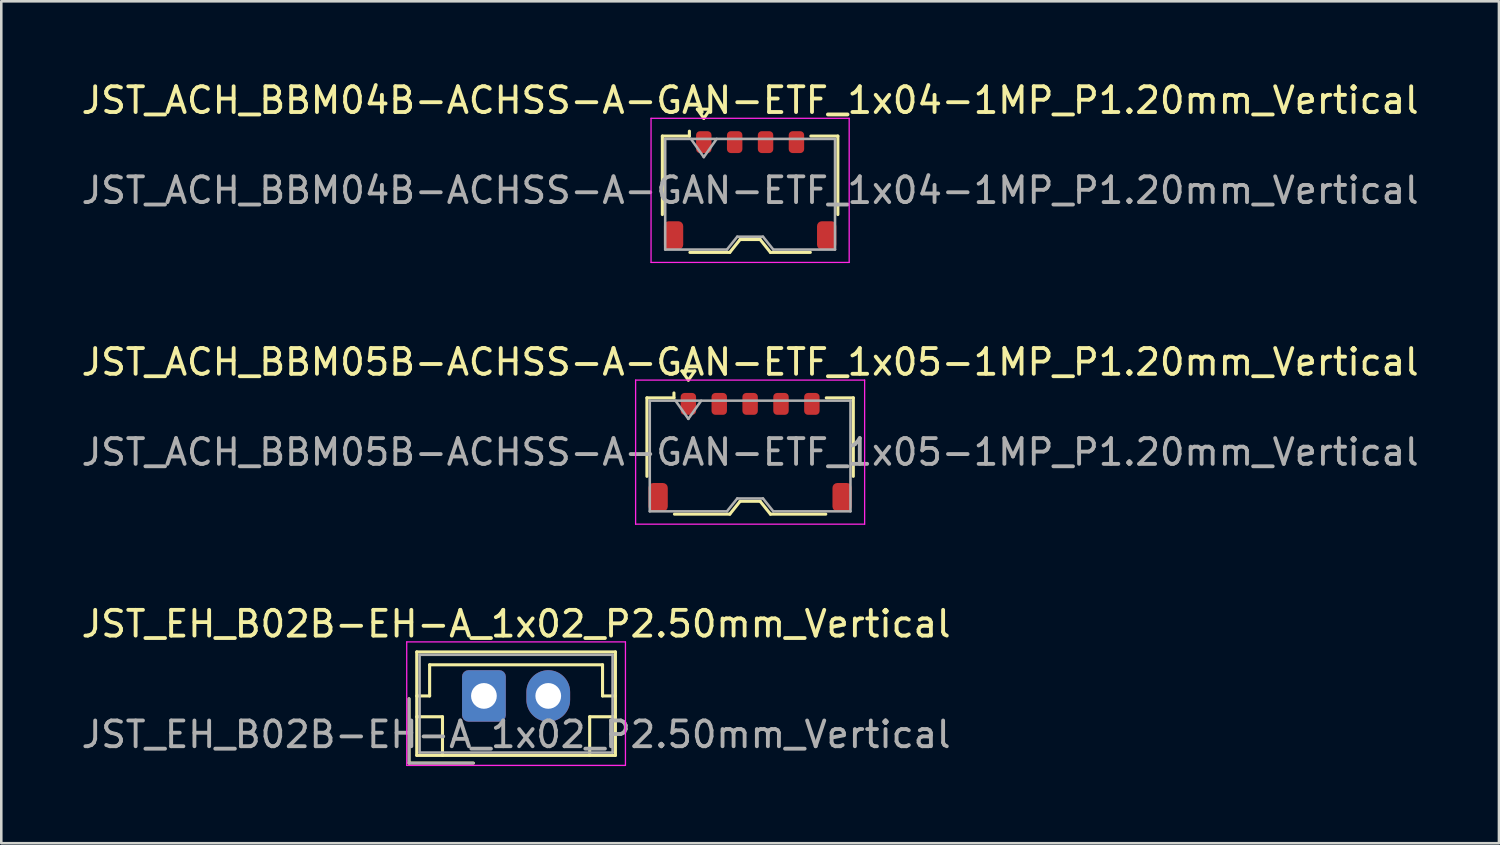
<source format=kicad_pcb>
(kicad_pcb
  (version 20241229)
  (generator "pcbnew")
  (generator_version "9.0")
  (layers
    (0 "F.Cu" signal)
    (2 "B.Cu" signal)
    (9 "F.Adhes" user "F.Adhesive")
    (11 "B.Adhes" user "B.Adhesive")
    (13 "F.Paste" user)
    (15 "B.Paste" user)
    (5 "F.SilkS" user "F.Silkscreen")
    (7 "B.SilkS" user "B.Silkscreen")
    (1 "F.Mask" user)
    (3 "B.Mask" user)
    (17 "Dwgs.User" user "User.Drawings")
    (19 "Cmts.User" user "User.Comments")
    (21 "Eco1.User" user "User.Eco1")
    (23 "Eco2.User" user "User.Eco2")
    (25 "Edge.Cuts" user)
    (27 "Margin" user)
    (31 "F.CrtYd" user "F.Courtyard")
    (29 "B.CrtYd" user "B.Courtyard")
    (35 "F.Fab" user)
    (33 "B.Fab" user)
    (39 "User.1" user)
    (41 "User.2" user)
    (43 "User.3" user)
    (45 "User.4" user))
  (footprint "JST_ACH_BBM05B-ACHSS-A-GAN-ETF_1x05-1MP_P1.20mm_Vertical"
    (layer "F.Cu")
    (at 26.101 14.521)
    (property "Reference" "JST_ACH_BBM05B-ACHSS-A-GAN-ETF_1x05-1MP_P1.20mm_Vertical" (at 0 -3.5 0) (layer "F.SilkS") (effects (font (size 1 1) (thickness 0.15))))
    (attr smd)
    (fp_line (start -4.01 -2.11) (end -2.96 -2.11) (stroke (width 0.12) (type solid)) (layer "F.SilkS"))
    (fp_line (start -4.01 0.94) (end -4.01 -2.11) (stroke (width 0.12) (type solid)) (layer "F.SilkS"))
    (fp_line (start -2.96 -2.11) (end -2.96 -2.3) (stroke (width 0.12) (type solid)) (layer "F.SilkS"))
    (fp_line (start -2.94 2.41) (end -0.79 2.41) (stroke (width 0.12) (type solid)) (layer "F.SilkS"))
    (fp_line (start -2.65 -3.154) (end -2.4 -2.8) (stroke (width 0.12) (type solid)) (layer "F.SilkS"))
    (fp_line (start -2.4 -2.8) (end -2.15 -3.154) (stroke (width 0.12) (type solid)) (layer "F.SilkS"))
    (fp_line (start -2.15 -3.154) (end -2.65 -3.154) (stroke (width 0.12) (type solid)) (layer "F.SilkS"))
    (fp_line (start -0.79 2.41) (end -0.39 1.91) (stroke (width 0.12) (type solid)) (layer "F.SilkS"))
    (fp_line (start -0.39 1.91) (end 0.39 1.91) (stroke (width 0.12) (type solid)) (layer "F.SilkS"))
    (fp_line (start 0.39 1.91) (end 0.79 2.41) (stroke (width 0.12) (type solid)) (layer "F.SilkS"))
    (fp_line (start 0.79 2.41) (end 2.94 2.41) (stroke (width 0.12) (type solid)) (layer "F.SilkS"))
    (fp_line (start 4.01 -2.11) (end 2.96 -2.11) (stroke (width 0.12) (type solid)) (layer "F.SilkS"))
    (fp_line (start 4.01 0.94) (end 4.01 -2.11) (stroke (width 0.12) (type solid)) (layer "F.SilkS"))
    (fp_line (start -4.45 -2.8) (end -4.45 2.8) (stroke (width 0.05) (type solid)) (layer "F.CrtYd"))
    (fp_line (start -4.45 2.8) (end 4.45 2.8) (stroke (width 0.05) (type solid)) (layer "F.CrtYd"))
    (fp_line (start 4.45 -2.8) (end -4.45 -2.8) (stroke (width 0.05) (type solid)) (layer "F.CrtYd"))
    (fp_line (start 4.45 2.8) (end 4.45 -2.8) (stroke (width 0.05) (type solid)) (layer "F.CrtYd"))
    (fp_line (start -3.9 -2) (end -3.9 2.3) (stroke (width 0.1) (type solid)) (layer "F.Fab"))
    (fp_line (start -3.9 -2) (end 3.9 -2) (stroke (width 0.1) (type solid)) (layer "F.Fab"))
    (fp_line (start -3.9 2.3) (end -0.9 2.3) (stroke (width 0.1) (type solid)) (layer "F.Fab"))
    (fp_line (start -2.9 -2) (end -2.4 -1.293) (stroke (width 0.1) (type solid)) (layer "F.Fab"))
    (fp_line (start -2.4 -1.293) (end -1.9 -2) (stroke (width 0.1) (type solid)) (layer "F.Fab"))
    (fp_line (start -0.9 2.3) (end -0.5 1.8) (stroke (width 0.1) (type solid)) (layer "F.Fab"))
    (fp_line (start -0.5 1.8) (end 0.5 1.8) (stroke (width 0.1) (type solid)) (layer "F.Fab"))
    (fp_line (start 0.5 1.8) (end 0.9 2.3) (stroke (width 0.1) (type solid)) (layer "F.Fab"))
    (fp_line (start 0.9 2.3) (end 3.9 2.3) (stroke (width 0.1) (type solid)) (layer "F.Fab"))
    (fp_line (start 3.9 -2) (end 3.9 2.3) (stroke (width 0.1) (type solid)) (layer "F.Fab"))
    (fp_text user "${REFERENCE}" (at 0 0 0) (layer "F.Fab") (effects (font (size 1 1) (thickness 0.15))))
    (pad "1" smd roundrect (at -2.4 -1.875) (size 0.6 0.85) (layers "F.Cu" "F.Mask" "F.Paste") (roundrect_rratio 0.25))
    (pad "2" smd roundrect (at -1.2 -1.875) (size 0.6 0.85) (layers "F.Cu" "F.Mask" "F.Paste") (roundrect_rratio 0.25))
    (pad "3" smd roundrect (at 0 -1.875) (size 0.6 0.85) (layers "F.Cu" "F.Mask" "F.Paste") (roundrect_rratio 0.25))
    (pad "4" smd roundrect (at 1.2 -1.875) (size 0.6 0.85) (layers "F.Cu" "F.Mask" "F.Paste") (roundrect_rratio 0.25))
    (pad "5" smd roundrect (at 2.4 -1.875) (size 0.6 0.85) (layers "F.Cu" "F.Mask" "F.Paste") (roundrect_rratio 0.25))
    (pad "MP" smd roundrect (at -3.575 1.75) (size 0.75 1.1) (layers "F.Cu" "F.Mask" "F.Paste") (roundrect_rratio 0.25))
    (pad "MP" smd roundrect (at 3.575 1.75) (size 0.75 1.1) (layers "F.Cu" "F.Mask" "F.Paste") (roundrect_rratio 0.25)))
  (footprint "JST_EH_B02B-EH-A_1x02_P2.50mm_Vertical"
    (layer "F.Cu")
    (at 15.756 23.995)
    (property "Reference" "JST_EH_B02B-EH-A_1x02_P2.50mm_Vertical" (at 1.25 -2.8 0) (layer "F.SilkS") (effects (font (size 1 1) (thickness 0.15))))
    (attr through_hole)
    (fp_line (start -2.91 0.11) (end -2.91 2.61) (stroke (width 0.12) (type solid)) (layer "F.SilkS"))
    (fp_line (start -2.91 2.61) (end -0.41 2.61) (stroke (width 0.12) (type solid)) (layer "F.SilkS"))
    (fp_line (start -2.61 -1.71) (end -2.61 2.31) (stroke (width 0.12) (type solid)) (layer "F.SilkS"))
    (fp_line (start -2.61 0) (end -2.11 0) (stroke (width 0.12) (type solid)) (layer "F.SilkS"))
    (fp_line (start -2.61 0.81) (end -1.61 0.81) (stroke (width 0.12) (type solid)) (layer "F.SilkS"))
    (fp_line (start -2.61 2.31) (end 5.11 2.31) (stroke (width 0.12) (type solid)) (layer "F.SilkS"))
    (fp_line (start -2.11 -1.21) (end 4.61 -1.21) (stroke (width 0.12) (type solid)) (layer "F.SilkS"))
    (fp_line (start -2.11 0) (end -2.11 -1.21) (stroke (width 0.12) (type solid)) (layer "F.SilkS"))
    (fp_line (start -1.61 0.81) (end -1.61 2.31) (stroke (width 0.12) (type solid)) (layer "F.SilkS"))
    (fp_line (start 4.11 0.81) (end 4.11 2.31) (stroke (width 0.12) (type solid)) (layer "F.SilkS"))
    (fp_line (start 4.61 -1.21) (end 4.61 0) (stroke (width 0.12) (type solid)) (layer "F.SilkS"))
    (fp_line (start 4.61 0) (end 5.11 0) (stroke (width 0.12) (type solid)) (layer "F.SilkS"))
    (fp_line (start 5.11 -1.71) (end -2.61 -1.71) (stroke (width 0.12) (type solid)) (layer "F.SilkS"))
    (fp_line (start 5.11 0.81) (end 4.11 0.81) (stroke (width 0.12) (type solid)) (layer "F.SilkS"))
    (fp_line (start 5.11 2.31) (end 5.11 -1.71) (stroke (width 0.12) (type solid)) (layer "F.SilkS"))
    (fp_line (start -3 -2.1) (end -3 2.7) (stroke (width 0.05) (type solid)) (layer "F.CrtYd"))
    (fp_line (start -3 2.7) (end 5.5 2.7) (stroke (width 0.05) (type solid)) (layer "F.CrtYd"))
    (fp_line (start 5.5 -2.1) (end -3 -2.1) (stroke (width 0.05) (type solid)) (layer "F.CrtYd"))
    (fp_line (start 5.5 2.7) (end 5.5 -2.1) (stroke (width 0.05) (type solid)) (layer "F.CrtYd"))
    (fp_line (start -2.91 0.11) (end -2.91 2.61) (stroke (width 0.1) (type solid)) (layer "F.Fab"))
    (fp_line (start -2.91 2.61) (end -0.41 2.61) (stroke (width 0.1) (type solid)) (layer "F.Fab"))
    (fp_line (start -2.5 -1.6) (end -2.5 2.2) (stroke (width 0.1) (type solid)) (layer "F.Fab"))
    (fp_line (start -2.5 2.2) (end 5 2.2) (stroke (width 0.1) (type solid)) (layer "F.Fab"))
    (fp_line (start 5 -1.6) (end -2.5 -1.6) (stroke (width 0.1) (type solid)) (layer "F.Fab"))
    (fp_line (start 5 2.2) (end 5 -1.6) (stroke (width 0.1) (type solid)) (layer "F.Fab"))
    (fp_text user "${REFERENCE}" (at 1.25 1.5 0) (layer "F.Fab") (effects (font (size 1 1) (thickness 0.15))))
    (pad "1" thru_hole roundrect (at 0 0) (size 1.7 2) (drill 1) (layers "*.Cu" "*.Mask") (roundrect_rratio 0.147))
    (pad "2" thru_hole oval (at 2.5 0) (size 1.7 2) (drill 1) (layers "*.Cu" "*.Mask")))
  (footprint "JST_ACH_BBM04B-ACHSS-A-GAN-ETF_1x04-1MP_P1.20mm_Vertical"
    (layer "F.Cu")
    (at 26.101 4.348)
    (property "Reference" "JST_ACH_BBM04B-ACHSS-A-GAN-ETF_1x04-1MP_P1.20mm_Vertical" (at 0 -3.5 0) (layer "F.SilkS") (effects (font (size 1 1) (thickness 0.15))))
    (attr smd)
    (fp_line (start -3.41 -2.11) (end -2.36 -2.11) (stroke (width 0.12) (type solid)) (layer "F.SilkS"))
    (fp_line (start -3.41 0.94) (end -3.41 -2.11) (stroke (width 0.12) (type solid)) (layer "F.SilkS"))
    (fp_line (start -2.36 -2.11) (end -2.36 -2.3) (stroke (width 0.12) (type solid)) (layer "F.SilkS"))
    (fp_line (start -2.34 2.41) (end -0.79 2.41) (stroke (width 0.12) (type solid)) (layer "F.SilkS"))
    (fp_line (start -2.05 -3.154) (end -1.8 -2.8) (stroke (width 0.12) (type solid)) (layer "F.SilkS"))
    (fp_line (start -1.8 -2.8) (end -1.55 -3.154) (stroke (width 0.12) (type solid)) (layer "F.SilkS"))
    (fp_line (start -1.55 -3.154) (end -2.05 -3.154) (stroke (width 0.12) (type solid)) (layer "F.SilkS"))
    (fp_line (start -0.79 2.41) (end -0.39 1.91) (stroke (width 0.12) (type solid)) (layer "F.SilkS"))
    (fp_line (start -0.39 1.91) (end 0.39 1.91) (stroke (width 0.12) (type solid)) (layer "F.SilkS"))
    (fp_line (start 0.39 1.91) (end 0.79 2.41) (stroke (width 0.12) (type solid)) (layer "F.SilkS"))
    (fp_line (start 0.79 2.41) (end 2.34 2.41) (stroke (width 0.12) (type solid)) (layer "F.SilkS"))
    (fp_line (start 3.41 -2.11) (end 2.36 -2.11) (stroke (width 0.12) (type solid)) (layer "F.SilkS"))
    (fp_line (start 3.41 0.94) (end 3.41 -2.11) (stroke (width 0.12) (type solid)) (layer "F.SilkS"))
    (fp_line (start -3.85 -2.8) (end -3.85 2.8) (stroke (width 0.05) (type solid)) (layer "F.CrtYd"))
    (fp_line (start -3.85 2.8) (end 3.85 2.8) (stroke (width 0.05) (type solid)) (layer "F.CrtYd"))
    (fp_line (start 3.85 -2.8) (end -3.85 -2.8) (stroke (width 0.05) (type solid)) (layer "F.CrtYd"))
    (fp_line (start 3.85 2.8) (end 3.85 -2.8) (stroke (width 0.05) (type solid)) (layer "F.CrtYd"))
    (fp_line (start -3.3 -2) (end -3.3 2.3) (stroke (width 0.1) (type solid)) (layer "F.Fab"))
    (fp_line (start -3.3 -2) (end 3.3 -2) (stroke (width 0.1) (type solid)) (layer "F.Fab"))
    (fp_line (start -3.3 2.3) (end -0.9 2.3) (stroke (width 0.1) (type solid)) (layer "F.Fab"))
    (fp_line (start -2.3 -2) (end -1.8 -1.293) (stroke (width 0.1) (type solid)) (layer "F.Fab"))
    (fp_line (start -1.8 -1.293) (end -1.3 -2) (stroke (width 0.1) (type solid)) (layer "F.Fab"))
    (fp_line (start -0.9 2.3) (end -0.5 1.8) (stroke (width 0.1) (type solid)) (layer "F.Fab"))
    (fp_line (start -0.5 1.8) (end 0.5 1.8) (stroke (width 0.1) (type solid)) (layer "F.Fab"))
    (fp_line (start 0.5 1.8) (end 0.9 2.3) (stroke (width 0.1) (type solid)) (layer "F.Fab"))
    (fp_line (start 0.9 2.3) (end 3.3 2.3) (stroke (width 0.1) (type solid)) (layer "F.Fab"))
    (fp_line (start 3.3 -2) (end 3.3 2.3) (stroke (width 0.1) (type solid)) (layer "F.Fab"))
    (fp_text user "${REFERENCE}" (at 0 0 0) (layer "F.Fab") (effects (font (size 1 1) (thickness 0.15))))
    (pad "1" smd roundrect (at -1.8 -1.875) (size 0.6 0.85) (layers "F.Cu" "F.Mask" "F.Paste") (roundrect_rratio 0.25))
    (pad "2" smd roundrect (at -0.6 -1.875) (size 0.6 0.85) (layers "F.Cu" "F.Mask" "F.Paste") (roundrect_rratio 0.25))
    (pad "3" smd roundrect (at 0.6 -1.875) (size 0.6 0.85) (layers "F.Cu" "F.Mask" "F.Paste") (roundrect_rratio 0.25))
    (pad "4" smd roundrect (at 1.8 -1.875) (size 0.6 0.85) (layers "F.Cu" "F.Mask" "F.Paste") (roundrect_rratio 0.25))
    (pad "MP" smd roundrect (at -2.975 1.75) (size 0.75 1.1) (layers "F.Cu" "F.Mask" "F.Paste") (roundrect_rratio 0.25))
    (pad "MP" smd roundrect (at 2.975 1.75) (size 0.75 1.1) (layers "F.Cu" "F.Mask" "F.Paste") (roundrect_rratio 0.25)))
  (gr_rect
    (start -3 -3)
    (end 55.202 29.72)
    (stroke (width 0.1) (type default))
    (fill no)
    (layer "Edge.Cuts")))
</source>
